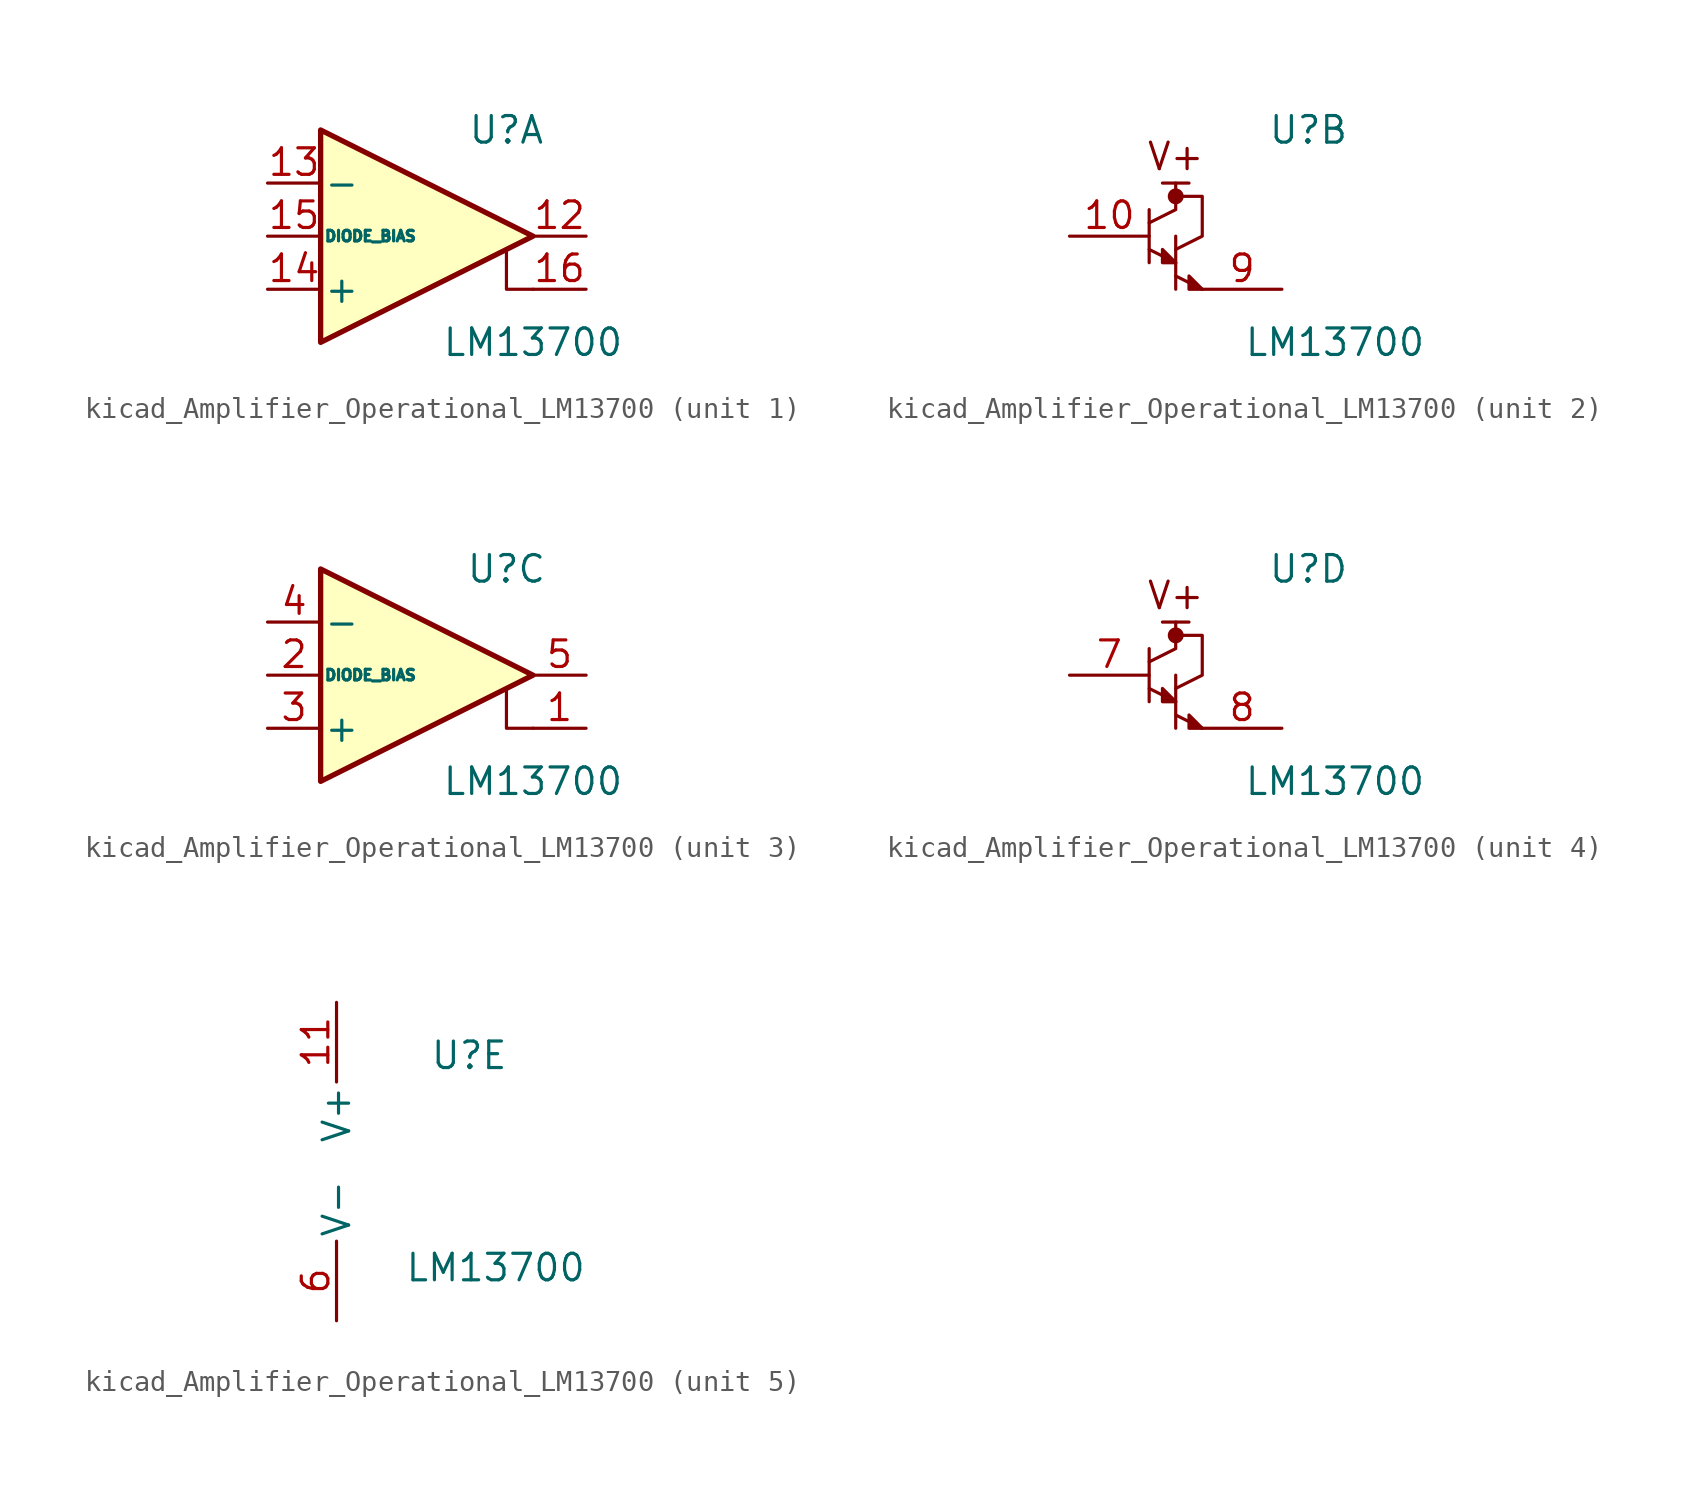
<source format=kicad_sym>
(kicad_symbol_lib
  (version 20220914)
  (generator kicad_symbol_editor)
  (symbol "kicad_Amplifier_Operational_LM13700"
    (pin_names
      (offset 0.127))
    (property "Reference" "U"
      (at 3.81 5.08 0)
      (effects (font (size 1.27 1.27))))
    (property "Value" "LM13700"
      (at 5.08 -5.08 0)
      (effects (font (size 1.27 1.27))))
    (property "ki_locked" ""
      (at 0 0 0)
      (effects (font (size 1.27 1.27))))
    (symbol "kicad_Amplifier_Operational_LM13700_1_1"
      (polyline (pts (xy 3.81 -0.635) (xy 3.81 -2.54) (xy 5.08 -2.54)) (stroke (width 0) (type default)) (fill (type none)))
      (polyline (pts (xy 5.08 0) (xy -5.08 -5.08) (xy -5.08 5.08) (xy 5.08 0)) (stroke (width 0.254) (type default)) (fill (type background)))
      (pin output line (at 7.62 0 180) (length 2.54) (name "~" (effects (font (size 1.27 1.27)))) (number "12" (effects (font (size 1.27 1.27)))))
      (pin input line (at -7.62 2.54 0) (length 2.54) (name "-" (effects (font (size 1.27 1.27)))) (number "13" (effects (font (size 1.27 1.27)))))
      (pin input line (at -7.62 -2.54 0) (length 2.54) (name "+" (effects (font (size 1.27 1.27)))) (number "14" (effects (font (size 1.27 1.27)))))
      (pin input line (at -7.62 0 0) (length 2.54) (name "DIODE_BIAS" (effects (font (size 0.508 0.508)))) (number "15" (effects (font (size 1.27 1.27)))))
      (pin input line (at 7.62 -2.54 180) (length 2.54) (name "~" (effects (font (size 1.27 1.27)))) (number "16" (effects (font (size 1.27 1.27))))))
    (symbol "kicad_Amplifier_Operational_LM13700_2_0"
      (polyline (pts (xy -1.905 2.54) (xy -3.175 2.54)) (stroke (width 0) (type default)) (fill (type none))))
    (symbol "kicad_Amplifier_Operational_LM13700_2_1"
      (circle (center -2.54 1.905) (radius 0.254) (stroke (width 0.254) (type default)) (fill (type outline)))
      (polyline (pts (xy -3.81 -0.635) (xy -2.54 -1.27)) (stroke (width 0) (type default)) (fill (type none)))
      (polyline (pts (xy -3.81 1.27) (xy -3.81 -1.27)) (stroke (width 0) (type default)) (fill (type none)))
      (polyline (pts (xy -2.54 -1.905) (xy -1.27 -2.54)) (stroke (width 0) (type default)) (fill (type none)))
      (polyline (pts (xy -2.54 0) (xy -2.54 -2.54)) (stroke (width 0) (type default)) (fill (type none)))
      (polyline (pts (xy -3.81 0.635) (xy -2.54 1.27) (xy -2.54 1.905) (xy -2.54 2.54)) (stroke (width 0) (type default)) (fill (type none)))
      (polyline (pts (xy -2.54 -1.27) (xy -3.175 -0.635) (xy -3.175 -1.27) (xy -2.54 -1.27)) (stroke (width 0) (type default)) (fill (type outline)))
      (polyline (pts (xy -2.54 -0.635) (xy -1.27 0) (xy -1.27 1.905) (xy -2.54 1.905)) (stroke (width 0) (type default)) (fill (type none)))
      (polyline (pts (xy -1.27 -2.54) (xy -1.905 -1.905) (xy -1.905 -2.54) (xy -1.27 -2.54)) (stroke (width 0) (type default)) (fill (type outline)))
      (text "V+" (at -2.54 3.81 0) (effects (font (size 1.27 1.27))))
      (pin input line (at -7.62 0 0) (length 3.81) (name "~" (effects (font (size 1.27 1.27)))) (number "10" (effects (font (size 1.27 1.27)))))
      (pin output line (at 2.54 -2.54 180) (length 3.81) (name "~" (effects (font (size 1.27 1.27)))) (number "9" (effects (font (size 1.27 1.27))))))
    (symbol "kicad_Amplifier_Operational_LM13700_3_1"
      (polyline (pts (xy 3.81 -0.635) (xy 3.81 -2.54) (xy 5.08 -2.54)) (stroke (width 0) (type default)) (fill (type none)))
      (polyline (pts (xy 5.08 0) (xy -5.08 -5.08) (xy -5.08 5.08) (xy 5.08 0)) (stroke (width 0.254) (type default)) (fill (type background)))
      (pin input line (at 7.62 -2.54 180) (length 2.54) (name "~" (effects (font (size 1.27 1.27)))) (number "1" (effects (font (size 1.27 1.27)))))
      (pin input line (at -7.62 0 0) (length 2.54) (name "DIODE_BIAS" (effects (font (size 0.508 0.508)))) (number "2" (effects (font (size 1.27 1.27)))))
      (pin input line (at -7.62 -2.54 0) (length 2.54) (name "+" (effects (font (size 1.27 1.27)))) (number "3" (effects (font (size 1.27 1.27)))))
      (pin input line (at -7.62 2.54 0) (length 2.54) (name "-" (effects (font (size 1.27 1.27)))) (number "4" (effects (font (size 1.27 1.27)))))
      (pin output line (at 7.62 0 180) (length 2.54) (name "~" (effects (font (size 1.27 1.27)))) (number "5" (effects (font (size 1.27 1.27))))))
    (symbol "kicad_Amplifier_Operational_LM13700_4_0"
      (polyline (pts (xy -3.175 2.54) (xy -1.905 2.54)) (stroke (width 0) (type default)) (fill (type none)))
      (text "V+" (at -2.54 3.81 0) (effects (font (size 1.27 1.27)))))
    (symbol "kicad_Amplifier_Operational_LM13700_4_1"
      (circle (center -2.54 1.905) (radius 0.254) (stroke (width 0.254) (type default)) (fill (type outline)))
      (polyline (pts (xy -3.81 -0.635) (xy -2.54 -1.27)) (stroke (width 0) (type default)) (fill (type none)))
      (polyline (pts (xy -3.81 1.27) (xy -3.81 -1.27)) (stroke (width 0) (type default)) (fill (type none)))
      (polyline (pts (xy -2.54 -1.905) (xy -1.27 -2.54)) (stroke (width 0) (type default)) (fill (type none)))
      (polyline (pts (xy -2.54 0) (xy -2.54 -2.54)) (stroke (width 0) (type default)) (fill (type none)))
      (polyline (pts (xy -3.81 0.635) (xy -2.54 1.27) (xy -2.54 2.54)) (stroke (width 0) (type default)) (fill (type none)))
      (polyline (pts (xy -2.54 -1.27) (xy -3.175 -0.635) (xy -3.175 -1.27) (xy -2.54 -1.27)) (stroke (width 0) (type default)) (fill (type outline)))
      (polyline (pts (xy -2.54 -0.635) (xy -1.27 0) (xy -1.27 1.905) (xy -2.54 1.905)) (stroke (width 0) (type default)) (fill (type none)))
      (polyline (pts (xy -1.27 -2.54) (xy -1.905 -1.905) (xy -1.905 -2.54) (xy -1.27 -2.54)) (stroke (width 0) (type default)) (fill (type outline)))
      (pin input line (at -7.62 0 0) (length 3.81) (name "~" (effects (font (size 1.27 1.27)))) (number "7" (effects (font (size 1.27 1.27)))))
      (pin output line (at 2.54 -2.54 180) (length 3.81) (name "~" (effects (font (size 1.27 1.27)))) (number "8" (effects (font (size 1.27 1.27))))))
    (symbol "kicad_Amplifier_Operational_LM13700_5_1"
      (pin power_in line (at -2.54 7.62 270) (length 3.81) (name "V+" (effects (font (size 1.27 1.27)))) (number "11" (effects (font (size 1.27 1.27)))))
      (pin power_in line (at -2.54 -7.62 90) (length 3.81) (name "V-" (effects (font (size 1.27 1.27)))) (number "6" (effects (font (size 1.27 1.27))))))))
</source>
